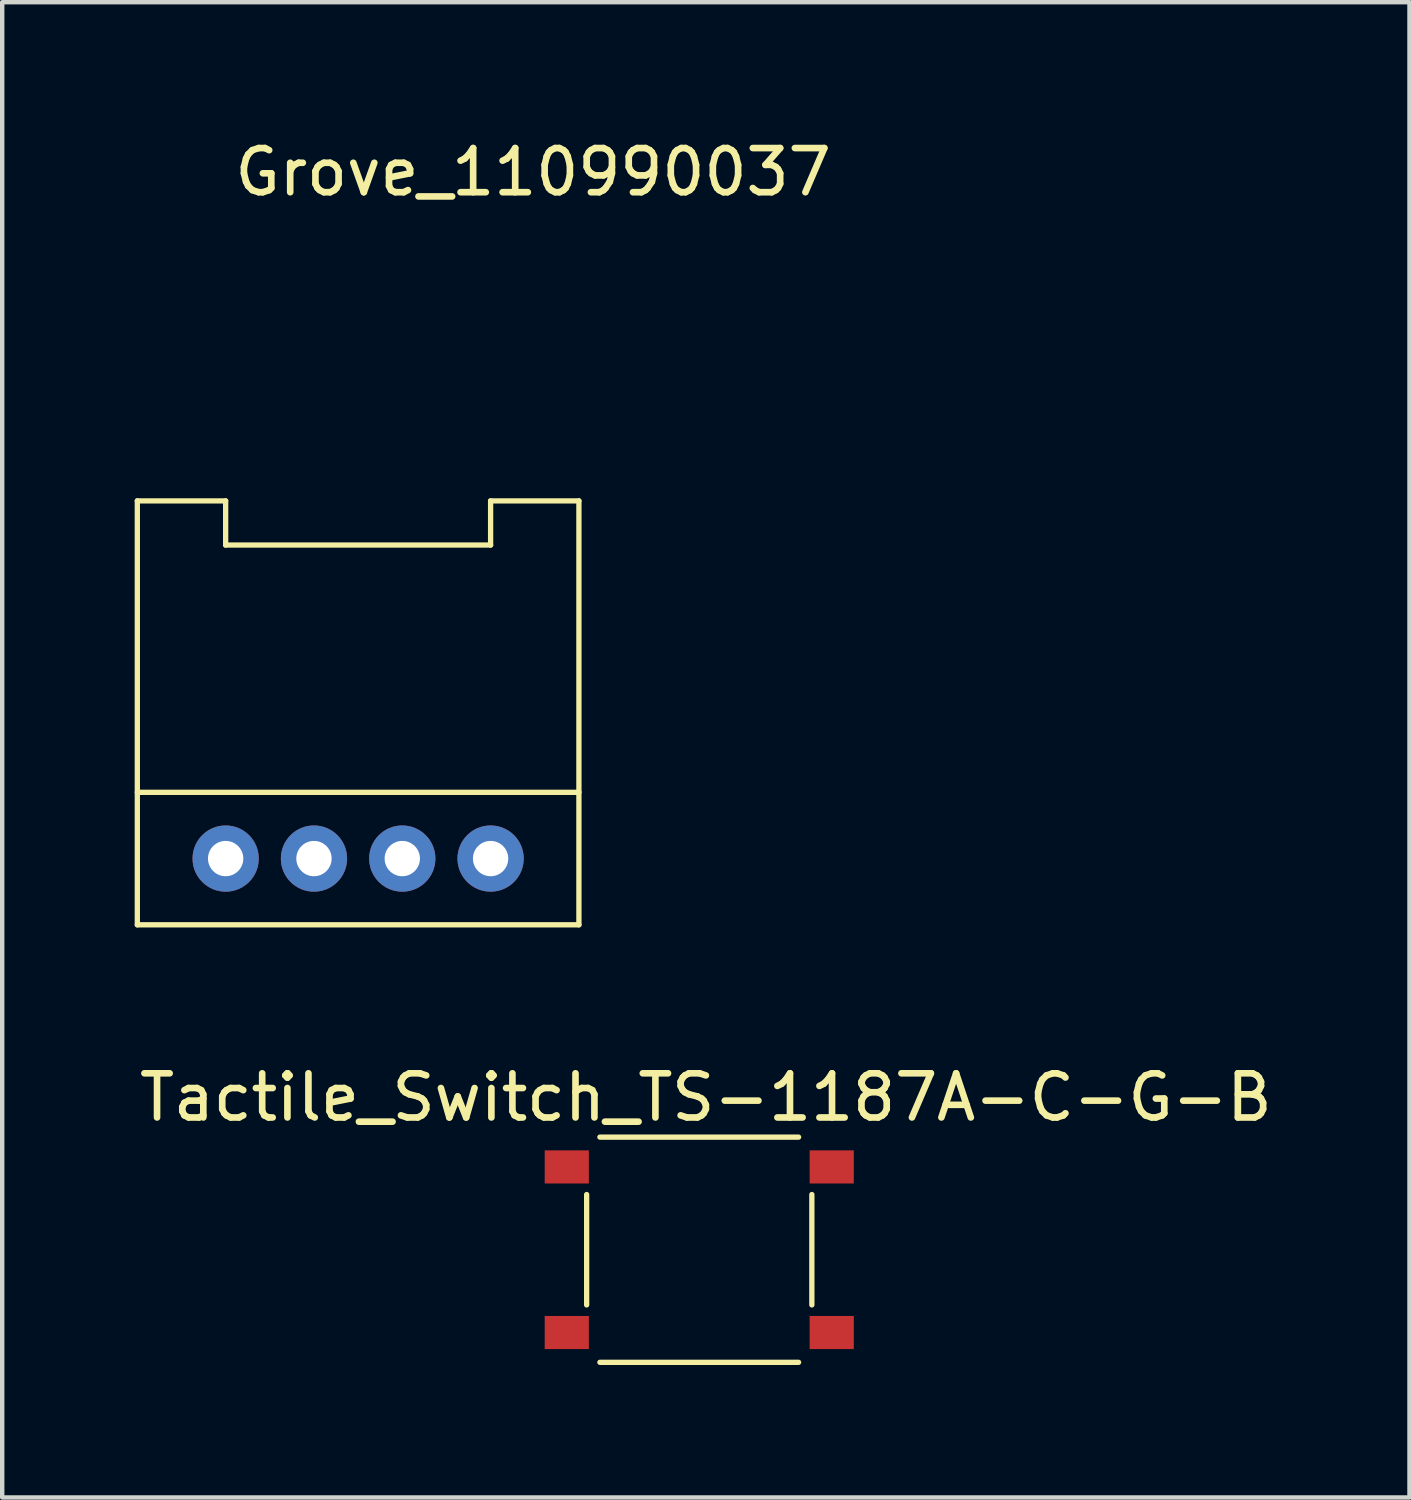
<source format=kicad_pcb>
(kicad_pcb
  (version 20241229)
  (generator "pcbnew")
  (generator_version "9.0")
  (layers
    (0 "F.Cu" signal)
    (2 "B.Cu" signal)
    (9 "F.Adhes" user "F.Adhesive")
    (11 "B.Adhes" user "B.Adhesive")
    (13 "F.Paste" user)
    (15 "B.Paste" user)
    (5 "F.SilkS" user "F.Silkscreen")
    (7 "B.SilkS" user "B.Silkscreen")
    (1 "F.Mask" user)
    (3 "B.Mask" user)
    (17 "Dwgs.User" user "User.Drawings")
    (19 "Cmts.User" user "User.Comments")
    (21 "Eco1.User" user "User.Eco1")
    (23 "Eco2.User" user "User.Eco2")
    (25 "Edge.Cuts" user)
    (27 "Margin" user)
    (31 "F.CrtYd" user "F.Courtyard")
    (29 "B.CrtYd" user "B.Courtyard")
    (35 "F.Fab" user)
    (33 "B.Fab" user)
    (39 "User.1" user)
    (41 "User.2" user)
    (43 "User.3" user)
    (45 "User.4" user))
  (footprint "Grove_110990037"
    (layer "F.Cu")
    (at 5.06 16.393)
    (property "Reference" "Grove_110990037" (at 3.962 -15.545 0) (layer "F.SilkS") (effects (font (size 1 1) (thickness 0.15))))
    (attr through_hole)
    (fp_line (start -5 -8.1) (end -5 1.5) (stroke (width 0.12) (type solid)) (layer "F.SilkS"))
    (fp_line (start -5 -8.1) (end -3 -8.1) (stroke (width 0.12) (type solid)) (layer "F.SilkS"))
    (fp_line (start -5 1.5) (end 5 1.5) (stroke (width 0.12) (type solid)) (layer "F.SilkS"))
    (fp_line (start -3 -8.1) (end -3 -7.1) (stroke (width 0.12) (type solid)) (layer "F.SilkS"))
    (fp_line (start -3 -7.1) (end 3 -7.1) (stroke (width 0.12) (type solid)) (layer "F.SilkS"))
    (fp_line (start 3 -8.1) (end 3 -7.1) (stroke (width 0.12) (type solid)) (layer "F.SilkS"))
    (fp_line (start 3 -8.1) (end 5 -8.1) (stroke (width 0.12) (type solid)) (layer "F.SilkS"))
    (fp_line (start 5 -8.1) (end 5 1.5) (stroke (width 0.12) (type solid)) (layer "F.SilkS"))
    (fp_line (start 5 -1.5) (end -5 -1.5) (stroke (width 0.12) (type solid)) (layer "F.SilkS"))
    (pad "1" thru_hole circle (at -3 0) (size 1.5 1.5) (drill 0.8) (layers "*.Cu" "*.Mask"))
    (pad "2" thru_hole circle (at -1 0) (size 1.5 1.5) (drill 0.8) (layers "*.Cu" "*.Mask"))
    (pad "3" thru_hole circle (at 1 0) (size 1.5 1.5) (drill 0.8) (layers "*.Cu" "*.Mask"))
    (pad "4" thru_hole circle (at 3 0) (size 1.5 1.5) (drill 0.8) (layers "*.Cu" "*.Mask")))
  (footprint "Tactile_Switch_TS-1187A-C-G-B"
    (layer "F.Cu")
    (at 12.785 25.251)
    (property "Reference" "Tactile_Switch_TS-1187A-C-G-B" (at 0.15 -3.45 0) (layer "F.SilkS") (effects (font (size 1 1) (thickness 0.15))))
    (attr through_hole)
    (fp_line (start -2.55 -1.25) (end -2.55 1.25) (stroke (width 0.12) (type solid)) (layer "F.SilkS"))
    (fp_line (start -2.25 -2.55) (end 2.25 -2.55) (stroke (width 0.12) (type solid)) (layer "F.SilkS"))
    (fp_line (start 2.25 2.55) (end -2.25 2.55) (stroke (width 0.12) (type solid)) (layer "F.SilkS"))
    (fp_line (start 2.55 1.25) (end 2.55 -1.25) (stroke (width 0.12) (type solid)) (layer "F.SilkS"))
    (pad "1" smd rect (at -3 -1.875) (size 1 0.75) (layers "F.Cu" "F.Mask" "F.Paste"))
    (pad "1" smd rect (at 3 -1.875) (size 1 0.75) (layers "F.Cu" "F.Mask" "F.Paste"))
    (pad "2" smd rect (at -3 1.875) (size 1 0.75) (layers "F.Cu" "F.Mask" "F.Paste"))
    (pad "2" smd rect (at 3 1.875) (size 1 0.75) (layers "F.Cu" "F.Mask" "F.Paste")))
  (gr_rect
    (start -3 -3)
    (end 28.869 30.861)
    (stroke (width 0.1) (type default))
    (fill no)
    (layer "Edge.Cuts")))
</source>
